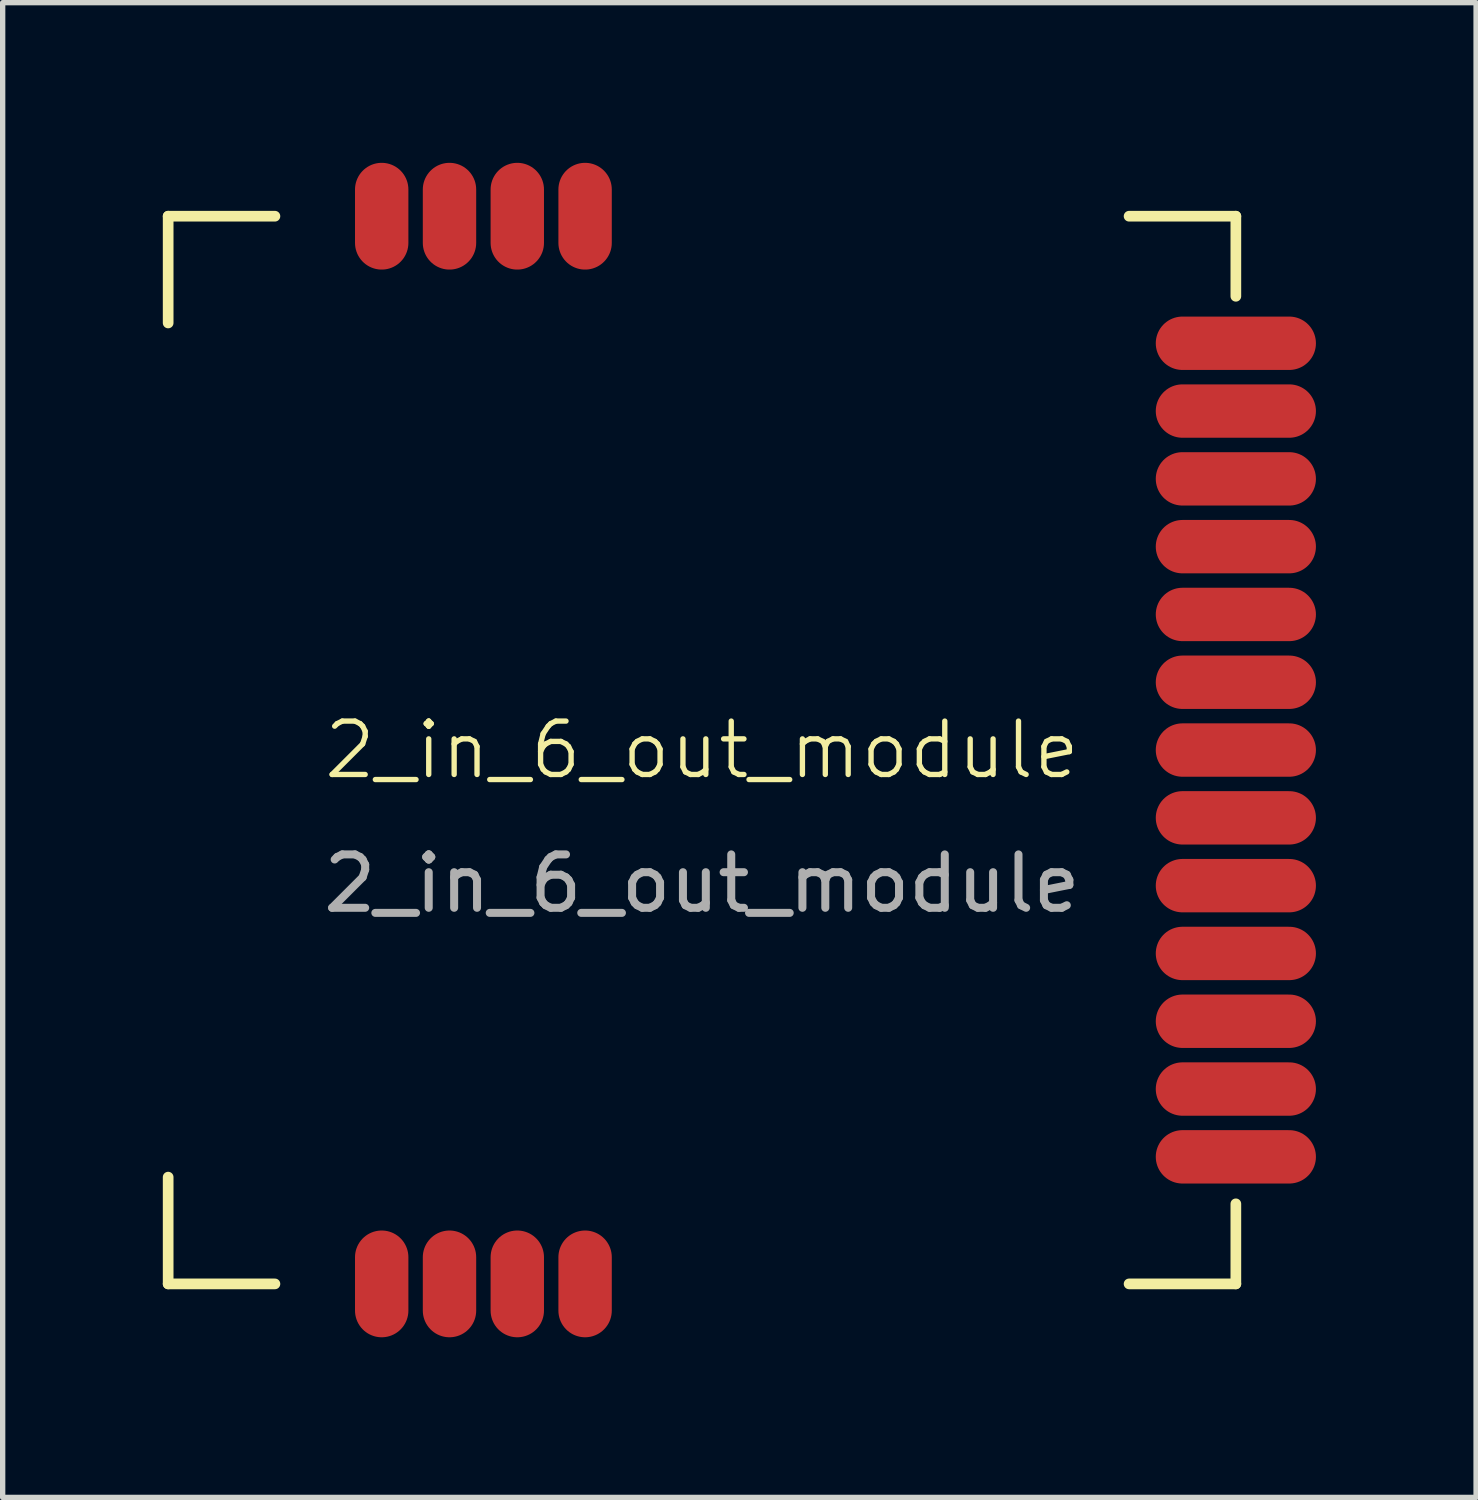
<source format=kicad_pcb>
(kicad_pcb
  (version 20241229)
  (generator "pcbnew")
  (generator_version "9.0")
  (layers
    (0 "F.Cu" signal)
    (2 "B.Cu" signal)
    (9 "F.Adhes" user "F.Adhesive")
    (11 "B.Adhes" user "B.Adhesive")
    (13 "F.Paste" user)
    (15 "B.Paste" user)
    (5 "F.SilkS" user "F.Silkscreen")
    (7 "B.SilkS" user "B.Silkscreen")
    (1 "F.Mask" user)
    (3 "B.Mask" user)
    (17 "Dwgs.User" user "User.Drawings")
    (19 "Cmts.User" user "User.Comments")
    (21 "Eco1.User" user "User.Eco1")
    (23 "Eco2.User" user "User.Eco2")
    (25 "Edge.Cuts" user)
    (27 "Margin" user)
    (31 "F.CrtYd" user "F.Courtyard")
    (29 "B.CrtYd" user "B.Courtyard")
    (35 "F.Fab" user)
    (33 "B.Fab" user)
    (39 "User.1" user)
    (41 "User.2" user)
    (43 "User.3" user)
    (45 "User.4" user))
  (footprint "2_in_6_out_module"
    (layer "F.Cu")
    (at 10.1 11)
    (property "Reference" "2_in_6_out_module" (at 0 0 0) (unlocked yes) (layer "F.SilkS") (effects (font (size 1 1) (thickness 0.1))))
    (attr smd)
    (fp_line (start -10 -10) (end -10 -8) (stroke (width 0.2) (type default)) (layer "F.SilkS"))
    (fp_line (start -10 -10) (end -8 -10) (stroke (width 0.2) (type default)) (layer "F.SilkS"))
    (fp_line (start -10 10) (end -10 8) (stroke (width 0.2) (type default)) (layer "F.SilkS"))
    (fp_line (start -10 10) (end -8 10) (stroke (width 0.2) (type default)) (layer "F.SilkS"))
    (fp_line (start 10 -10) (end 8 -10) (stroke (width 0.2) (type default)) (layer "F.SilkS"))
    (fp_line (start 10 -8.5) (end 10 -10) (stroke (width 0.2) (type default)) (layer "F.SilkS"))
    (fp_line (start 10 10) (end 8 10) (stroke (width 0.2) (type default)) (layer "F.SilkS"))
    (fp_line (start 10 10) (end 10 8.5) (stroke (width 0.2) (type default)) (layer "F.SilkS"))
    (fp_text user "${REFERENCE}" (at 0 2.5 0) (unlocked yes) (layer "F.Fab") (effects (font (size 1 1) (thickness 0.15))))
    (pad "1" smd oval (at -6 10 90) (size 2 1) (layers "F.Cu" "F.Mask" "F.Paste"))
    (pad "1" smd oval (at -4.73 10 90) (size 2 1) (layers "F.Cu" "F.Mask" "F.Paste"))
    (pad "2" smd oval (at -6 -10 90) (size 2 1) (layers "F.Cu" "F.Mask" "F.Paste"))
    (pad "2" smd oval (at -4.73 -10 90) (size 2 1) (layers "F.Cu" "F.Mask" "F.Paste"))
    (pad "2" smd oval (at -3.46 -10 90) (size 2 1) (layers "F.Cu" "F.Mask" "F.Paste"))
    (pad "2" smd oval (at -3.46 10 90) (size 2 1) (layers "F.Cu" "F.Mask" "F.Paste"))
    (pad "2" smd oval (at -2.19 -10 90) (size 2 1) (layers "F.Cu" "F.Mask" "F.Paste"))
    (pad "2" smd oval (at -2.19 10 90) (size 2 1) (layers "F.Cu" "F.Mask" "F.Paste"))
    (pad "2" smd oval (at 10 -7.62 180) (size 3 1) (layers "F.Cu" "F.Mask" "F.Paste"))
    (pad "2" smd oval (at 10 -5.08 180) (size 3 1) (layers "F.Cu" "F.Mask" "F.Paste"))
    (pad "2" smd oval (at 10 -2.54 180) (size 3 1) (layers "F.Cu" "F.Mask" "F.Paste"))
    (pad "2" smd oval (at 10 0 180) (size 3 1) (layers "F.Cu" "F.Mask" "F.Paste"))
    (pad "2" smd oval (at 10 2.54 180) (size 3 1) (layers "F.Cu" "F.Mask" "F.Paste"))
    (pad "2" smd oval (at 10 5.08 180) (size 3 1) (layers "F.Cu" "F.Mask" "F.Paste"))
    (pad "2" smd oval (at 10 7.62 180) (size 3 1) (layers "F.Cu" "F.Mask" "F.Paste"))
    (pad "3" smd oval (at 10 -6.35 180) (size 3 1) (layers "F.Cu" "F.Mask" "F.Paste"))
    (pad "4" smd oval (at 10 -3.81 180) (size 3 1) (layers "F.Cu" "F.Mask" "F.Paste"))
    (pad "5" smd oval (at 10 -1.27 180) (size 3 1) (layers "F.Cu" "F.Mask" "F.Paste"))
    (pad "6" smd oval (at 10 1.27 180) (size 3 1) (layers "F.Cu" "F.Mask" "F.Paste"))
    (pad "7" smd oval (at 10 3.81 180) (size 3 1) (layers "F.Cu" "F.Mask" "F.Paste"))
    (pad "8" smd oval (at 10 6.35 180) (size 3 1) (layers "F.Cu" "F.Mask" "F.Paste")))
  (gr_rect
    (start -3 -3)
    (end 24.6 25)
    (stroke (width 0.1) (type default))
    (fill no)
    (layer "Edge.Cuts")))
</source>
